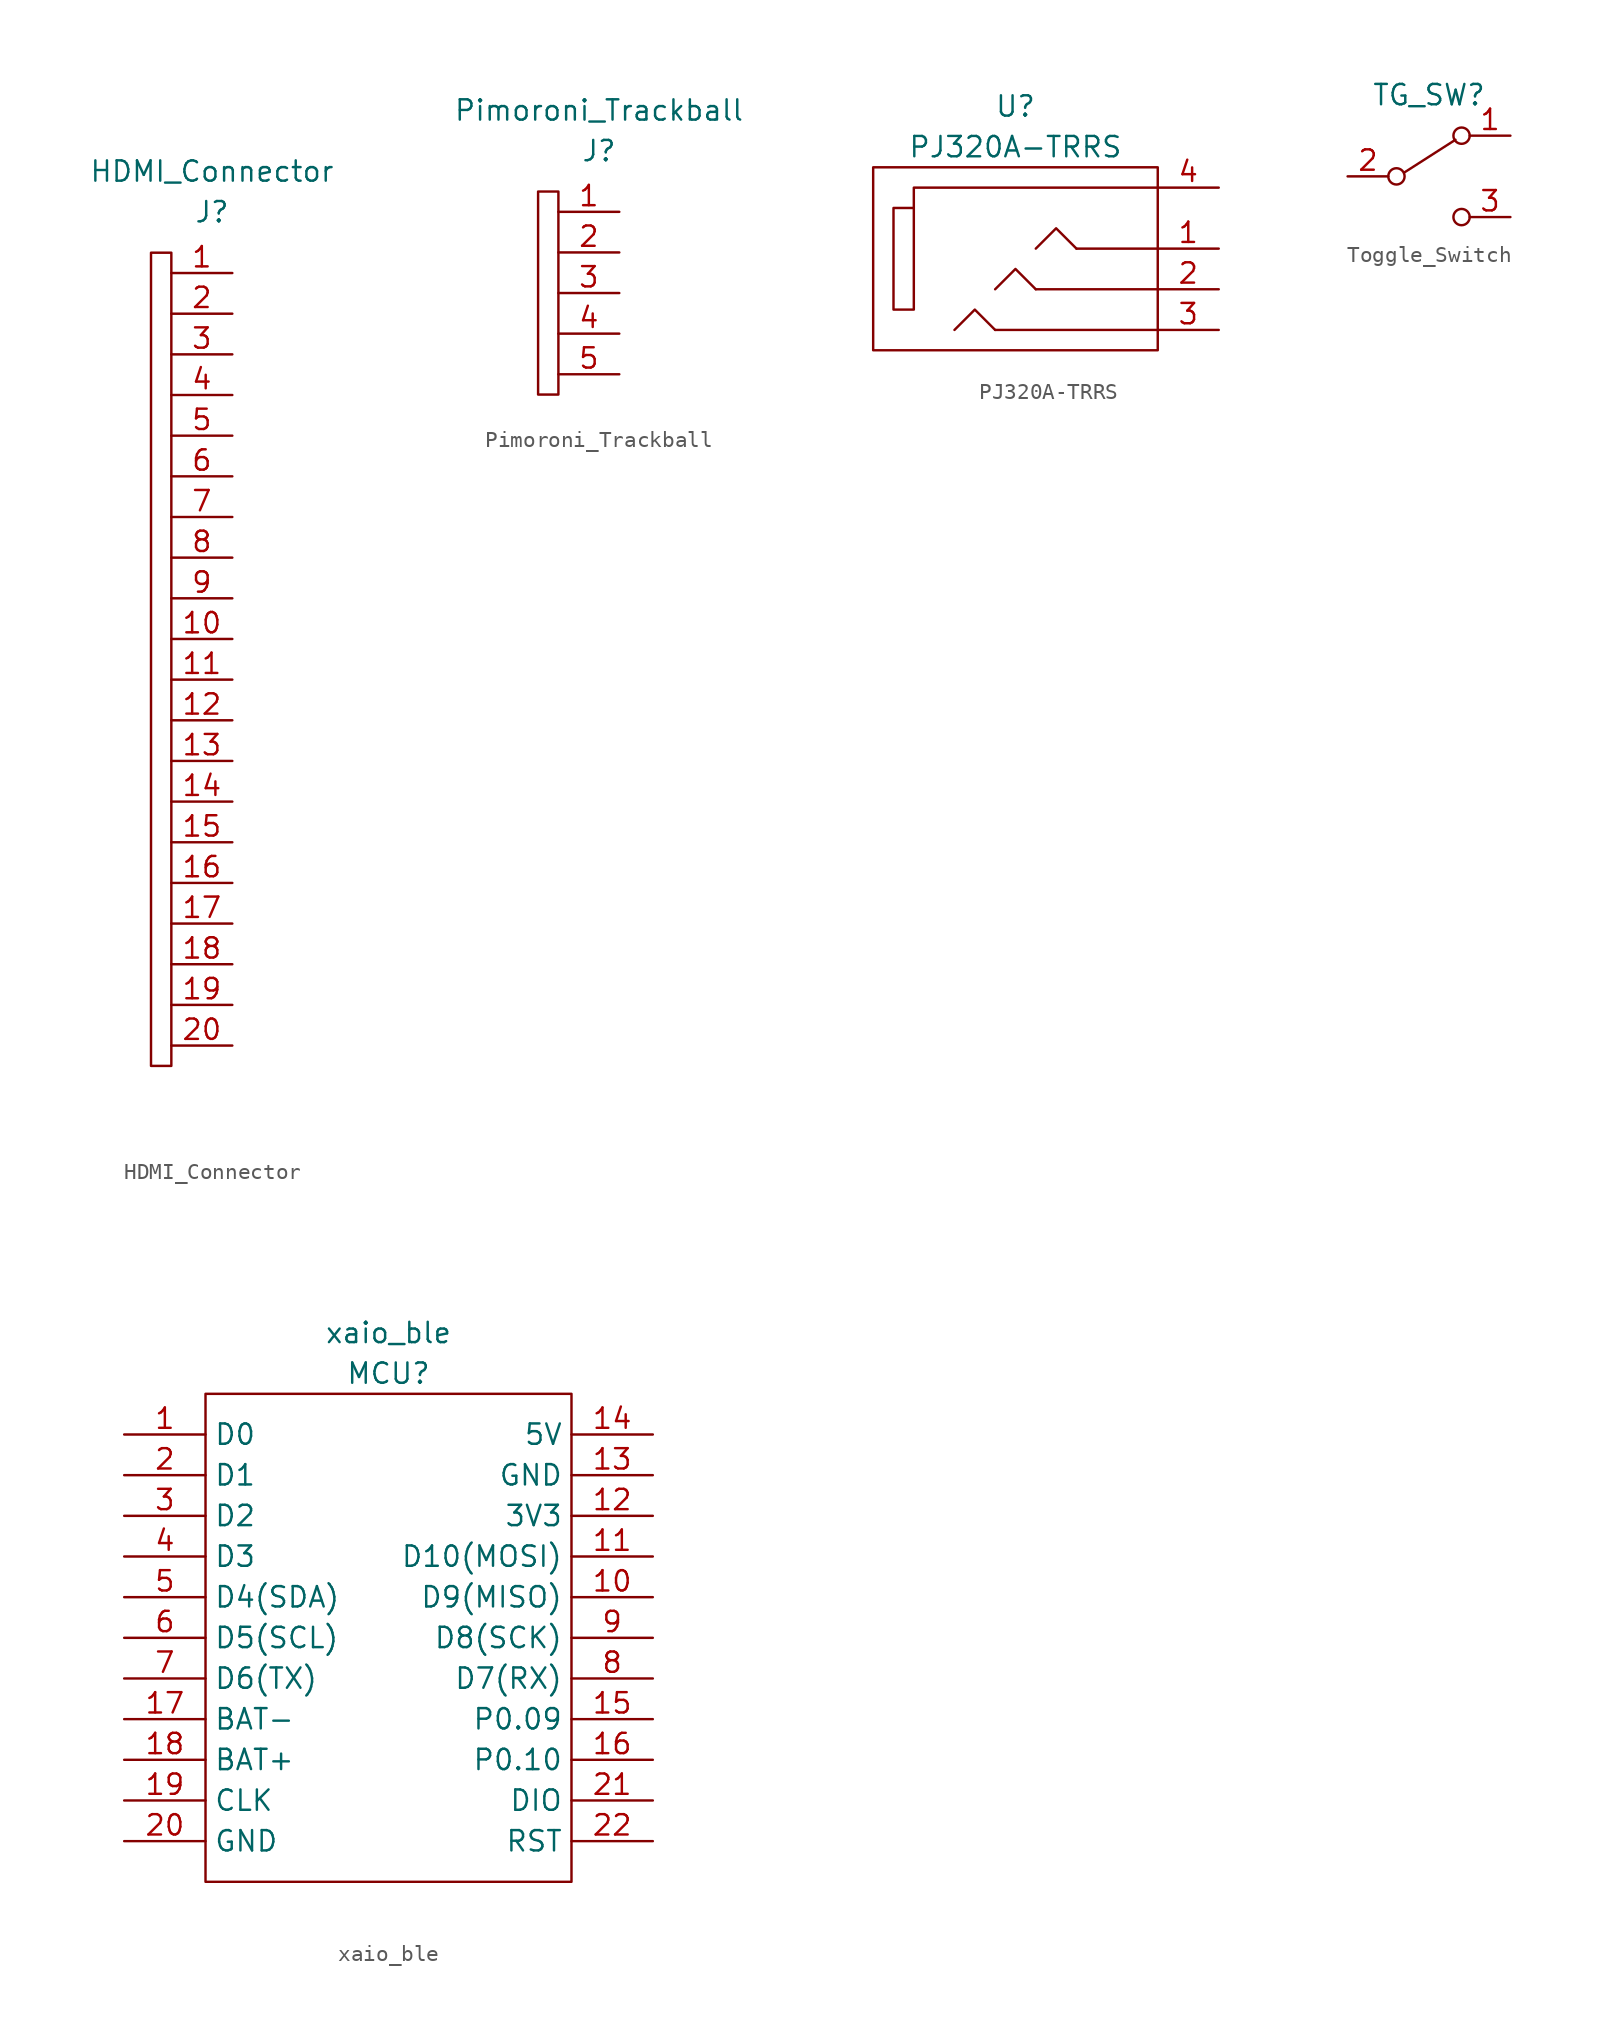
<source format=kicad_sym>
(kicad_symbol_lib
  (version 20220914)
  (generator kicad_symbol_editor)
  (symbol "HDMI_Connector"
    (property "Reference" "J"
      (at 0 26.67 0)
      (effects (font (size 1.27 1.27))))
    (property "Value" "HDMI_Connector"
      (at 0 29.21 0)
      (effects (font (size 1.27 1.27))))
    (symbol "HDMI_Connector_0_1"
      (rectangle (start -3.81 24.13) (end -2.54 -26.67) (stroke (width 0) (type default)) (fill (type none))))
    (symbol "HDMI_Connector_1_1"
      (pin passive line (at 1.27 22.86 180) (length 3.81) (name "" (effects (font (size 1.27 1.27)))) (number "1" (effects (font (size 1.27 1.27)))))
      (pin passive line (at 1.27 0 180) (length 3.81) (name "" (effects (font (size 1.27 1.27)))) (number "10" (effects (font (size 1.27 1.27)))))
      (pin passive line (at 1.27 -2.54 180) (length 3.81) (name "" (effects (font (size 1.27 1.27)))) (number "11" (effects (font (size 1.27 1.27)))))
      (pin passive line (at 1.27 -5.08 180) (length 3.81) (name "" (effects (font (size 1.27 1.27)))) (number "12" (effects (font (size 1.27 1.27)))))
      (pin passive line (at 1.27 -7.62 180) (length 3.81) (name "" (effects (font (size 1.27 1.27)))) (number "13" (effects (font (size 1.27 1.27)))))
      (pin passive line (at 1.27 -10.16 180) (length 3.81) (name "" (effects (font (size 1.27 1.27)))) (number "14" (effects (font (size 1.27 1.27)))))
      (pin passive line (at 1.27 -12.7 180) (length 3.81) (name "" (effects (font (size 1.27 1.27)))) (number "15" (effects (font (size 1.27 1.27)))))
      (pin passive line (at 1.27 -15.24 180) (length 3.81) (name "" (effects (font (size 1.27 1.27)))) (number "16" (effects (font (size 1.27 1.27)))))
      (pin passive line (at 1.27 -17.78 180) (length 3.81) (name "" (effects (font (size 1.27 1.27)))) (number "17" (effects (font (size 1.27 1.27)))))
      (pin passive line (at 1.27 -20.32 180) (length 3.81) (name "" (effects (font (size 1.27 1.27)))) (number "18" (effects (font (size 1.27 1.27)))))
      (pin passive line (at 1.27 -22.86 180) (length 3.81) (name "" (effects (font (size 1.27 1.27)))) (number "19" (effects (font (size 1.27 1.27)))))
      (pin passive line (at 1.27 20.32 180) (length 3.81) (name "" (effects (font (size 1.27 1.27)))) (number "2" (effects (font (size 1.27 1.27)))))
      (pin passive line (at 1.27 -25.4 180) (length 3.81) (name "" (effects (font (size 1.27 1.27)))) (number "20" (effects (font (size 1.27 1.27)))))
      (pin passive line (at 1.27 17.78 180) (length 3.81) (name "" (effects (font (size 1.27 1.27)))) (number "3" (effects (font (size 1.27 1.27)))))
      (pin passive line (at 1.27 15.24 180) (length 3.81) (name "" (effects (font (size 1.27 1.27)))) (number "4" (effects (font (size 1.27 1.27)))))
      (pin passive line (at 1.27 12.7 180) (length 3.81) (name "" (effects (font (size 1.27 1.27)))) (number "5" (effects (font (size 1.27 1.27)))))
      (pin passive line (at 1.27 10.16 180) (length 3.81) (name "" (effects (font (size 1.27 1.27)))) (number "6" (effects (font (size 1.27 1.27)))))
      (pin passive line (at 1.27 7.62 180) (length 3.81) (name "" (effects (font (size 1.27 1.27)))) (number "7" (effects (font (size 1.27 1.27)))))
      (pin passive line (at 1.27 5.08 180) (length 3.81) (name "" (effects (font (size 1.27 1.27)))) (number "8" (effects (font (size 1.27 1.27)))))
      (pin passive line (at 1.27 2.54 180) (length 3.81) (name "" (effects (font (size 1.27 1.27)))) (number "9" (effects (font (size 1.27 1.27)))))))
  (symbol "Pimoroni_Trackball"
    (pin_names hide)
    (property "Reference" "J"
      (at 0 7.62 0)
      (effects (font (size 1.27 1.27))))
    (property "Value" "Pimoroni_Trackball"
      (at 0 10.16 0)
      (effects (font (size 1.27 1.27))))
    (symbol "Pimoroni_Trackball_0_1"
      (rectangle (start -3.81 5.08) (end -2.54 -7.62) (stroke (width 0) (type default)) (fill (type none))))
    (symbol "Pimoroni_Trackball_1_1"
      (pin passive line (at 1.27 3.81 180) (length 3.81) (name "" (effects (font (size 1.27 1.27)))) (number "1" (effects (font (size 1.27 1.27)))))
      (pin passive line (at 1.27 1.27 180) (length 3.81) (name "" (effects (font (size 1.27 1.27)))) (number "2" (effects (font (size 1.27 1.27)))))
      (pin passive line (at 1.27 -1.27 180) (length 3.81) (name "" (effects (font (size 1.27 1.27)))) (number "3" (effects (font (size 1.27 1.27)))))
      (pin passive line (at 1.27 -3.81 180) (length 3.81) (name "" (effects (font (size 1.27 1.27)))) (number "4" (effects (font (size 1.27 1.27)))))
      (pin passive line (at 1.27 -6.35 180) (length 3.81) (name "" (effects (font (size 1.27 1.27)))) (number "5" (effects (font (size 1.27 1.27)))))))
  (symbol "PJ320A-TRRS"
    (property "Reference" "U"
      (at 0 8.89 0)
      (effects (font (size 1.27 1.27))))
    (property "Value" "PJ320A-TRRS"
      (at 0 6.35 0)
      (effects (font (size 1.27 1.27))))
    (symbol "PJ320A-TRRS_0_1"
      (rectangle (start -6.35 2.54) (end -7.62 -3.81) (stroke (width 0) (type default)) (fill (type none)))
      (polyline (pts (xy 3.81 0) (xy 8.89 0)) (stroke (width 0) (type default)) (fill (type none)))
      (polyline (pts (xy -1.27 -5.08) (xy 8.89 -5.08) (xy 8.89 -5.08)) (stroke (width 0) (type default)) (fill (type none)))
      (polyline (pts (xy 1.27 -2.54) (xy 0 -1.27) (xy -1.27 -2.54)) (stroke (width 0) (type default)) (fill (type none)))
      (polyline (pts (xy 1.27 0) (xy 2.54 1.27) (xy 3.81 0)) (stroke (width 0) (type default)) (fill (type none)))
      (polyline (pts (xy 8.89 3.81) (xy -6.35 3.81) (xy -6.35 2.54)) (stroke (width 0) (type default)) (fill (type none)))
      (polyline (pts (xy -1.27 -5.08) (xy -2.54 -3.81) (xy -3.81 -5.08) (xy -3.81 -5.08)) (stroke (width 0) (type default)) (fill (type none)))
      (polyline (pts (xy 1.27 -2.54) (xy 8.89 -2.54) (xy 8.89 -2.54) (xy 8.89 -2.54)) (stroke (width 0) (type default)) (fill (type none)))
      (rectangle (start 8.89 -6.35) (end -8.89 5.08) (stroke (width 0) (type default)) (fill (type none))))
    (symbol "PJ320A-TRRS_1_1"
      (pin passive line (at 12.7 0 180) (length 3.81) (name "~" (effects (font (size 1.27 1.27)))) (number "1" (effects (font (size 1.27 1.27)))))
      (pin passive line (at 12.7 -2.54 180) (length 3.81) (name "~" (effects (font (size 1.27 1.27)))) (number "2" (effects (font (size 1.27 1.27)))))
      (pin passive line (at 12.7 -5.08 180) (length 3.81) (name "~" (effects (font (size 1.27 1.27)))) (number "3" (effects (font (size 1.27 1.27)))))
      (pin passive line (at 12.7 3.81 180) (length 3.81) (name "~" (effects (font (size 1.27 1.27)))) (number "4" (effects (font (size 1.27 1.27)))))))
  (symbol "Toggle_Switch"
    (property "Reference" "TG_SW"
      (at 0 5.08 0)
      (effects (font (size 1.27 1.27))))
    (symbol "Toggle_Switch_0_0"
      (circle (center -2.032 0) (radius 0.508) (stroke (width 0) (type default)) (fill (type none)))
      (circle (center 2.032 -2.54) (radius 0.508) (stroke (width 0) (type default)) (fill (type none))))
    (symbol "Toggle_Switch_0_1"
      (polyline (pts (xy -1.524 0.254) (xy 1.651 2.286)) (stroke (width 0) (type default)) (fill (type none)))
      (circle (center 2.032 2.54) (radius 0.508) (stroke (width 0) (type default)) (fill (type none))))
    (symbol "Toggle_Switch_1_1"
      (pin passive line (at 5.08 2.54 180) (length 2.54) (name "" (effects (font (size 1.27 1.27)))) (number "1" (effects (font (size 1.27 1.27)))))
      (pin passive line (at -5.08 0 0) (length 2.54) (name "" (effects (font (size 1.27 1.27)))) (number "2" (effects (font (size 1.27 1.27)))))
      (pin passive line (at 5.08 -2.54 180) (length 2.54) (name "" (effects (font (size 1.27 1.27)))) (number "3" (effects (font (size 1.27 1.27)))))))
  (symbol "xaio_ble"
    (property "Reference" "MCU"
      (at 0 17.78 0)
      (effects (font (size 1.27 1.27))))
    (property "Value" "xaio_ble"
      (at 0 20.32 0)
      (effects (font (size 1.27 1.27))))
    (symbol "xaio_ble_0_1"
      (rectangle (start -11.43 16.51) (end 11.43 -13.97) (stroke (width 0) (type default)) (fill (type none))))
    (symbol "xaio_ble_1_1"
      (pin input line (at -16.51 13.97 0) (length 5.08) (name "D0" (effects (font (size 1.27 1.27)))) (number "1" (effects (font (size 1.27 1.27)))))
      (pin input line (at 16.51 3.81 180) (length 5.08) (name "D9(MISO)" (effects (font (size 1.27 1.27)))) (number "10" (effects (font (size 1.27 1.27)))))
      (pin input line (at 16.51 6.35 180) (length 5.08) (name "D10(MOSI)" (effects (font (size 1.27 1.27)))) (number "11" (effects (font (size 1.27 1.27)))))
      (pin input line (at 16.51 8.89 180) (length 5.08) (name "3V3" (effects (font (size 1.27 1.27)))) (number "12" (effects (font (size 1.27 1.27)))))
      (pin input line (at 16.51 11.43 180) (length 5.08) (name "GND" (effects (font (size 1.27 1.27)))) (number "13" (effects (font (size 1.27 1.27)))))
      (pin input line (at 16.51 13.97 180) (length 5.08) (name "5V" (effects (font (size 1.27 1.27)))) (number "14" (effects (font (size 1.27 1.27)))))
      (pin input line (at 16.51 -3.81 180) (length 5.08) (name "P0.09" (effects (font (size 1.27 1.27)))) (number "15" (effects (font (size 1.27 1.27)))))
      (pin input line (at 16.51 -6.35 180) (length 5.08) (name "P0.10" (effects (font (size 1.27 1.27)))) (number "16" (effects (font (size 1.27 1.27)))))
      (pin input line (at -16.51 -3.81 0) (length 5.08) (name "BAT-" (effects (font (size 1.27 1.27)))) (number "17" (effects (font (size 1.27 1.27)))))
      (pin input line (at -16.51 -6.35 0) (length 5.08) (name "BAT+" (effects (font (size 1.27 1.27)))) (number "18" (effects (font (size 1.27 1.27)))))
      (pin input line (at -16.51 -8.89 0) (length 5.08) (name "CLK" (effects (font (size 1.27 1.27)))) (number "19" (effects (font (size 1.27 1.27)))))
      (pin input line (at -16.51 11.43 0) (length 5.08) (name "D1" (effects (font (size 1.27 1.27)))) (number "2" (effects (font (size 1.27 1.27)))))
      (pin input line (at -16.51 -11.43 0) (length 5.08) (name "GND" (effects (font (size 1.27 1.27)))) (number "20" (effects (font (size 1.27 1.27)))))
      (pin input line (at 16.51 -8.89 180) (length 5.08) (name "DIO" (effects (font (size 1.27 1.27)))) (number "21" (effects (font (size 1.27 1.27)))))
      (pin input line (at 16.51 -11.43 180) (length 5.08) (name "RST" (effects (font (size 1.27 1.27)))) (number "22" (effects (font (size 1.27 1.27)))))
      (pin input line (at -16.51 8.89 0) (length 5.08) (name "D2" (effects (font (size 1.27 1.27)))) (number "3" (effects (font (size 1.27 1.27)))))
      (pin input line (at -16.51 6.35 0) (length 5.08) (name "D3" (effects (font (size 1.27 1.27)))) (number "4" (effects (font (size 1.27 1.27)))))
      (pin input line (at -16.51 3.81 0) (length 5.08) (name "D4(SDA)" (effects (font (size 1.27 1.27)))) (number "5" (effects (font (size 1.27 1.27)))))
      (pin input line (at -16.51 1.27 0) (length 5.08) (name "D5(SCL)" (effects (font (size 1.27 1.27)))) (number "6" (effects (font (size 1.27 1.27)))))
      (pin input line (at -16.51 -1.27 0) (length 5.08) (name "D6(TX)" (effects (font (size 1.27 1.27)))) (number "7" (effects (font (size 1.27 1.27)))))
      (pin input line (at 16.51 -1.27 180) (length 5.08) (name "D7(RX)" (effects (font (size 1.27 1.27)))) (number "8" (effects (font (size 1.27 1.27)))))
      (pin input line (at 16.51 1.27 180) (length 5.08) (name "D8(SCK)" (effects (font (size 1.27 1.27)))) (number "9" (effects (font (size 1.27 1.27))))))))
</source>
